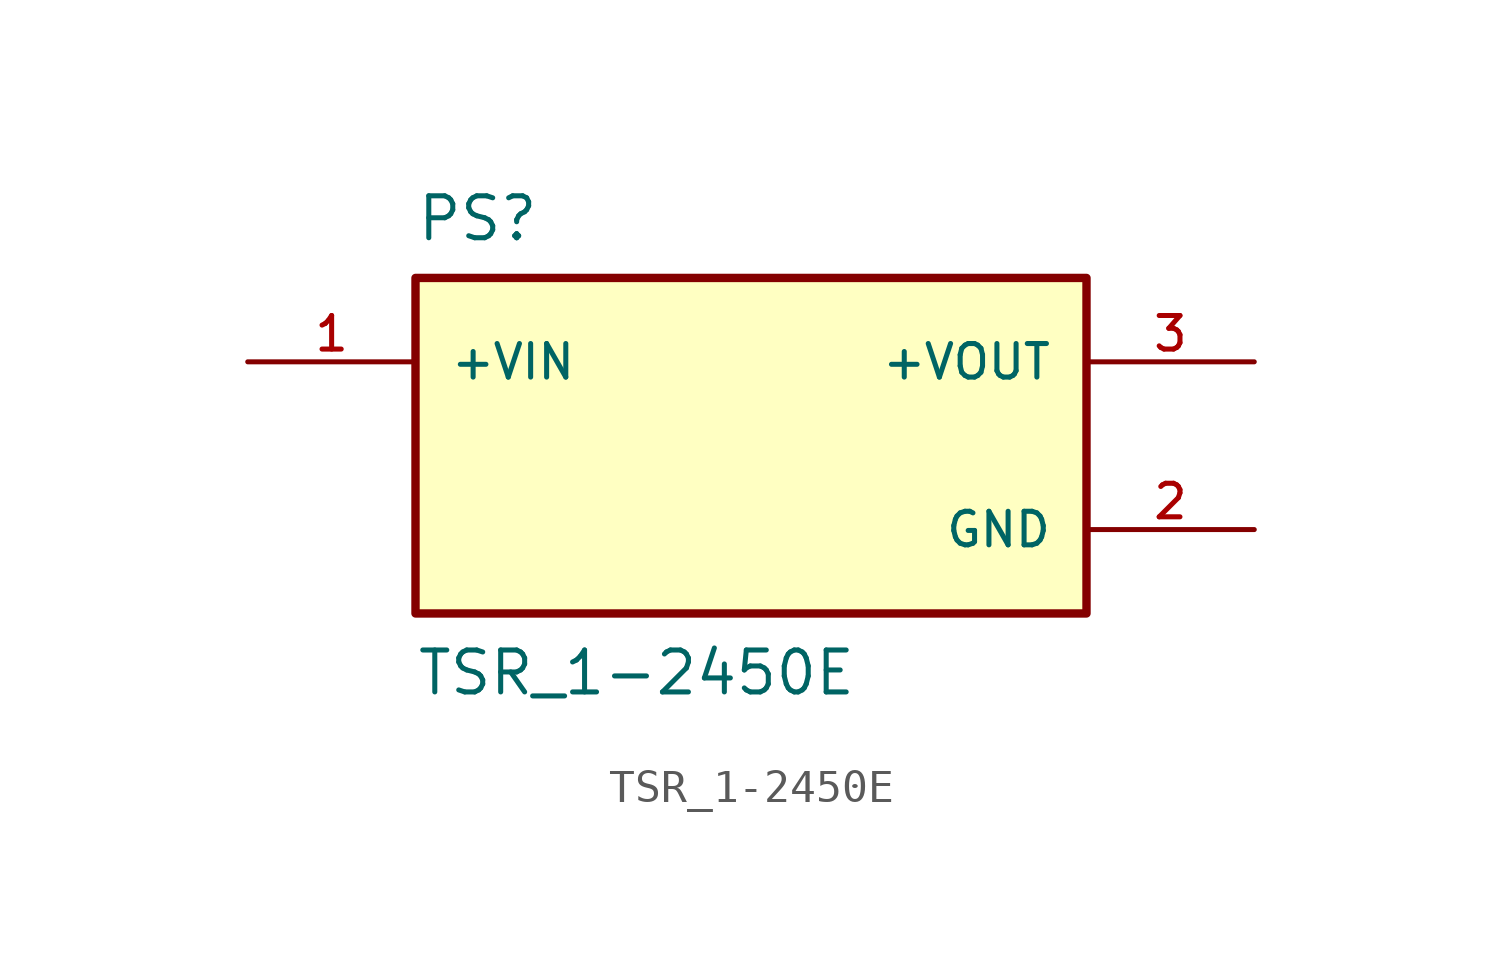
<source format=kicad_sym>
(kicad_symbol_lib
  (version 20211014)
  (generator kicad_symbol_editor)
  (symbol "TSR_1-2450E"
    (pin_names
      (offset 1.016))
    (property "Reference" "PS"
      (at -10.16 7.62 0)
      (effects (font (size 1.27 1.27)) (justify top left)))
    (property "Value" "TSR_1-2450E"
      (at -10.16 -7.62 0)
      (effects (font (size 1.27 1.27)) (justify bottom left)))
    (symbol "TSR_1-2450E_0_0"
      (rectangle (start -10.16 -5.08) (end 10.16 5.08) (stroke (width 0.254)) (fill (type background)))
      (pin input line (at -15.24 2.54 0) (length 5.08) (name "+VIN" (effects (font (size 1.016 1.016)))) (number "1" (effects (font (size 1.016 1.016)))))
      (pin output line (at 15.24 2.54 180.0) (length 5.08) (name "+VOUT" (effects (font (size 1.016 1.016)))) (number "3" (effects (font (size 1.016 1.016)))))
      (pin power_in line (at 15.24 -2.54 180.0) (length 5.08) (name "GND" (effects (font (size 1.016 1.016)))) (number "2" (effects (font (size 1.016 1.016))))))))
</source>
